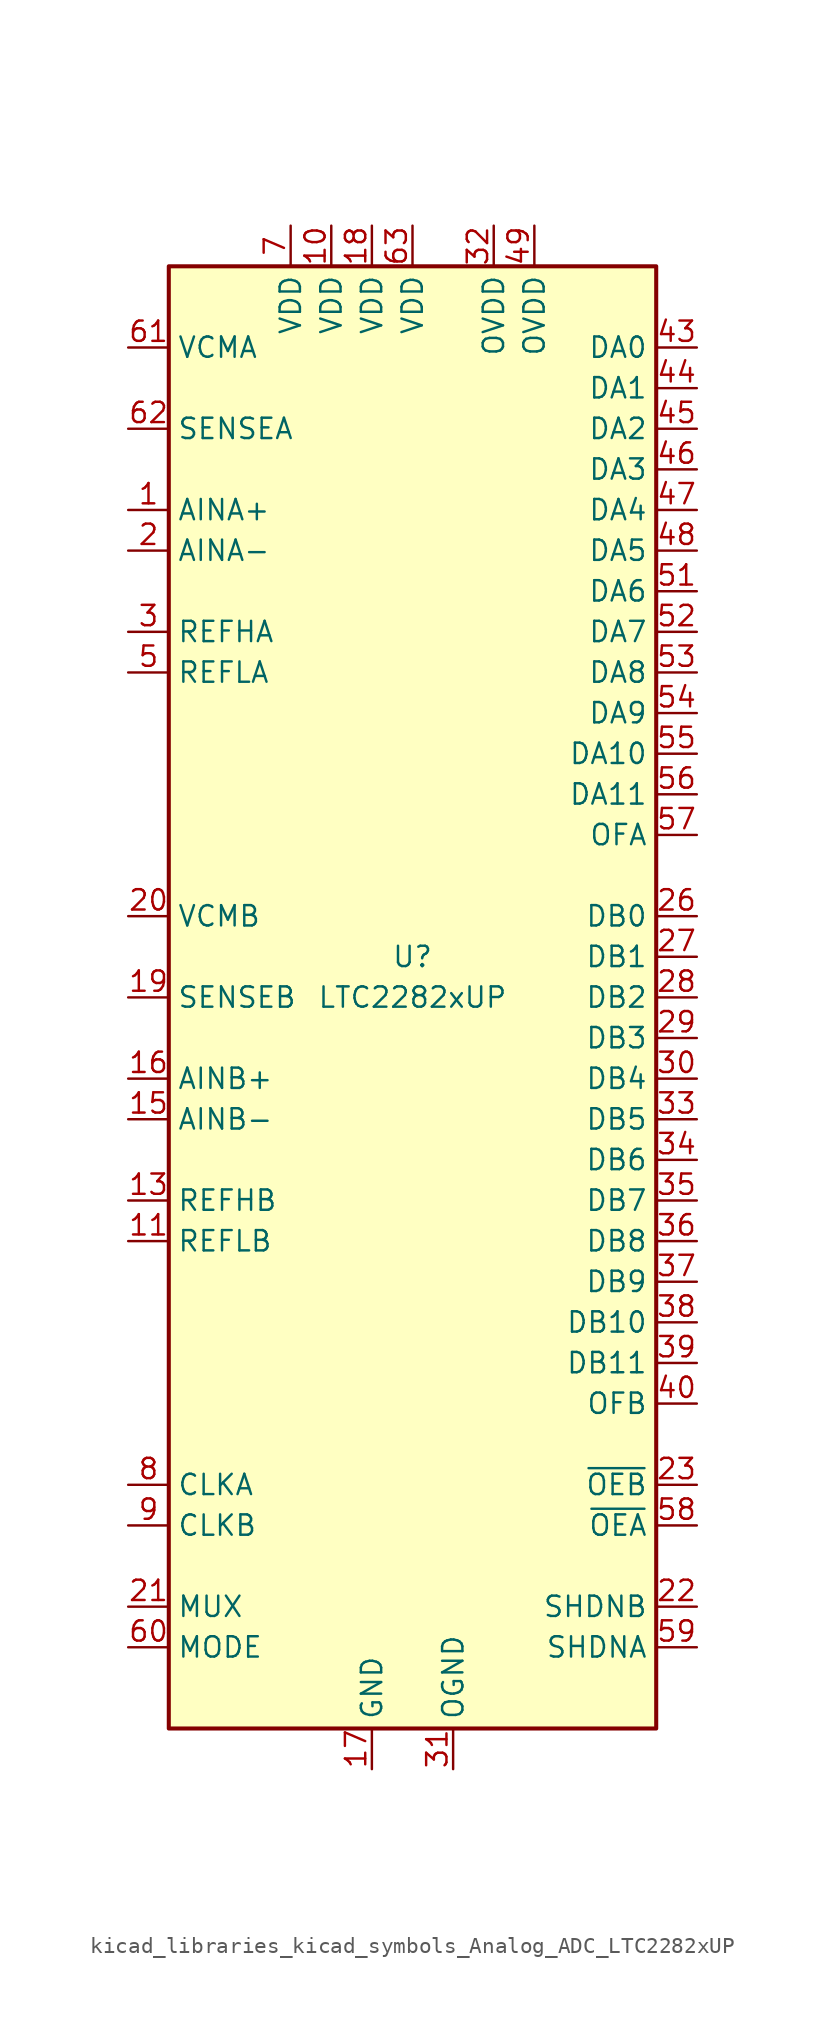
<source format=kicad_sym>
(kicad_symbol_lib
  (version 20220914)
  (generator kicad_symbol_editor)
  (symbol "kicad_libraries_kicad_symbols_Analog_ADC_LTC2282xUP"
    (property "Reference" "U"
      (at 0 2.54 0)
      (effects (font (size 1.27 1.27))))
    (property "Value" "LTC2282xUP"
      (at 0 0 0)
      (effects (font (size 1.27 1.27))))
    (symbol "kicad_libraries_kicad_symbols_Analog_ADC_LTC2282xUP_0_1"
      (rectangle (start -15.24 45.72) (end 15.24 -45.72) (stroke (width 0.254) (type default)) (fill (type background))))
    (symbol "kicad_libraries_kicad_symbols_Analog_ADC_LTC2282xUP_1_1"
      (pin input line (at -17.78 30.48 0) (length 2.54) (name "AINA+" (effects (font (size 1.27 1.27)))) (number "1" (effects (font (size 1.27 1.27)))))
      (pin power_in line (at -5.08 48.26 270) (length 2.54) (name "VDD" (effects (font (size 1.27 1.27)))) (number "10" (effects (font (size 1.27 1.27)))))
      (pin input line (at -17.78 -15.24 0) (length 2.54) (name "REFLB" (effects (font (size 1.27 1.27)))) (number "11" (effects (font (size 1.27 1.27)))))
      (pin input line (at -17.78 -15.24 0) (length 2.54) hide (name "REFLB" (effects (font (size 1.27 1.27)))) (number "12" (effects (font (size 1.27 1.27)))))
      (pin input line (at -17.78 -12.7 0) (length 2.54) (name "REFHB" (effects (font (size 1.27 1.27)))) (number "13" (effects (font (size 1.27 1.27)))))
      (pin input line (at -17.78 -12.7 0) (length 2.54) hide (name "REFHB" (effects (font (size 1.27 1.27)))) (number "14" (effects (font (size 1.27 1.27)))))
      (pin input line (at -17.78 -7.62 0) (length 2.54) (name "AINB-" (effects (font (size 1.27 1.27)))) (number "15" (effects (font (size 1.27 1.27)))))
      (pin input line (at -17.78 -5.08 0) (length 2.54) (name "AINB+" (effects (font (size 1.27 1.27)))) (number "16" (effects (font (size 1.27 1.27)))))
      (pin power_in line (at -2.54 -48.26 90) (length 2.54) (name "GND" (effects (font (size 1.27 1.27)))) (number "17" (effects (font (size 1.27 1.27)))))
      (pin power_in line (at -2.54 48.26 270) (length 2.54) (name "VDD" (effects (font (size 1.27 1.27)))) (number "18" (effects (font (size 1.27 1.27)))))
      (pin input line (at -17.78 0 0) (length 2.54) (name "SENSEB" (effects (font (size 1.27 1.27)))) (number "19" (effects (font (size 1.27 1.27)))))
      (pin input line (at -17.78 27.94 0) (length 2.54) (name "AINA-" (effects (font (size 1.27 1.27)))) (number "2" (effects (font (size 1.27 1.27)))))
      (pin passive line (at -17.78 5.08 0) (length 2.54) (name "VCMB" (effects (font (size 1.27 1.27)))) (number "20" (effects (font (size 1.27 1.27)))))
      (pin input line (at -17.78 -38.1 0) (length 2.54) (name "MUX" (effects (font (size 1.27 1.27)))) (number "21" (effects (font (size 1.27 1.27)))))
      (pin input line (at 17.78 -38.1 180) (length 2.54) (name "SHDNB" (effects (font (size 1.27 1.27)))) (number "22" (effects (font (size 1.27 1.27)))))
      (pin input line (at 17.78 -30.48 180) (length 2.54) (name "~{OEB}" (effects (font (size 1.27 1.27)))) (number "23" (effects (font (size 1.27 1.27)))))
      (pin no_connect line (at -15.24 -20.32 0) (length 2.54) hide (name "NC" (effects (font (size 1.27 1.27)))) (number "24" (effects (font (size 1.27 1.27)))))
      (pin no_connect line (at -15.24 -22.86 0) (length 2.54) hide (name "NC" (effects (font (size 1.27 1.27)))) (number "25" (effects (font (size 1.27 1.27)))))
      (pin output line (at 17.78 5.08 180) (length 2.54) (name "DB0" (effects (font (size 1.27 1.27)))) (number "26" (effects (font (size 1.27 1.27)))))
      (pin output line (at 17.78 2.54 180) (length 2.54) (name "DB1" (effects (font (size 1.27 1.27)))) (number "27" (effects (font (size 1.27 1.27)))))
      (pin output line (at 17.78 0 180) (length 2.54) (name "DB2" (effects (font (size 1.27 1.27)))) (number "28" (effects (font (size 1.27 1.27)))))
      (pin output line (at 17.78 -2.54 180) (length 2.54) (name "DB3" (effects (font (size 1.27 1.27)))) (number "29" (effects (font (size 1.27 1.27)))))
      (pin input line (at -17.78 22.86 0) (length 2.54) (name "REFHA" (effects (font (size 1.27 1.27)))) (number "3" (effects (font (size 1.27 1.27)))))
      (pin output line (at 17.78 -5.08 180) (length 2.54) (name "DB4" (effects (font (size 1.27 1.27)))) (number "30" (effects (font (size 1.27 1.27)))))
      (pin power_in line (at 2.54 -48.26 90) (length 2.54) (name "OGND" (effects (font (size 1.27 1.27)))) (number "31" (effects (font (size 1.27 1.27)))))
      (pin power_in line (at 5.08 48.26 270) (length 2.54) (name "OVDD" (effects (font (size 1.27 1.27)))) (number "32" (effects (font (size 1.27 1.27)))))
      (pin output line (at 17.78 -7.62 180) (length 2.54) (name "DB5" (effects (font (size 1.27 1.27)))) (number "33" (effects (font (size 1.27 1.27)))))
      (pin output line (at 17.78 -10.16 180) (length 2.54) (name "DB6" (effects (font (size 1.27 1.27)))) (number "34" (effects (font (size 1.27 1.27)))))
      (pin output line (at 17.78 -12.7 180) (length 2.54) (name "DB7" (effects (font (size 1.27 1.27)))) (number "35" (effects (font (size 1.27 1.27)))))
      (pin output line (at 17.78 -15.24 180) (length 2.54) (name "DB8" (effects (font (size 1.27 1.27)))) (number "36" (effects (font (size 1.27 1.27)))))
      (pin output line (at 17.78 -17.78 180) (length 2.54) (name "DB9" (effects (font (size 1.27 1.27)))) (number "37" (effects (font (size 1.27 1.27)))))
      (pin output line (at 17.78 -20.32 180) (length 2.54) (name "DB10" (effects (font (size 1.27 1.27)))) (number "38" (effects (font (size 1.27 1.27)))))
      (pin output line (at 17.78 -22.86 180) (length 2.54) (name "DB11" (effects (font (size 1.27 1.27)))) (number "39" (effects (font (size 1.27 1.27)))))
      (pin input line (at -17.78 22.86 0) (length 2.54) hide (name "REFHA" (effects (font (size 1.27 1.27)))) (number "4" (effects (font (size 1.27 1.27)))))
      (pin output line (at 17.78 -25.4 180) (length 2.54) (name "OFB" (effects (font (size 1.27 1.27)))) (number "40" (effects (font (size 1.27 1.27)))))
      (pin no_connect line (at -15.24 -25.4 0) (length 2.54) hide (name "NC" (effects (font (size 1.27 1.27)))) (number "41" (effects (font (size 1.27 1.27)))))
      (pin no_connect line (at -15.24 -27.94 0) (length 2.54) hide (name "NC" (effects (font (size 1.27 1.27)))) (number "42" (effects (font (size 1.27 1.27)))))
      (pin output line (at 17.78 40.64 180) (length 2.54) (name "DA0" (effects (font (size 1.27 1.27)))) (number "43" (effects (font (size 1.27 1.27)))))
      (pin output line (at 17.78 38.1 180) (length 2.54) (name "DA1" (effects (font (size 1.27 1.27)))) (number "44" (effects (font (size 1.27 1.27)))))
      (pin output line (at 17.78 35.56 180) (length 2.54) (name "DA2" (effects (font (size 1.27 1.27)))) (number "45" (effects (font (size 1.27 1.27)))))
      (pin output line (at 17.78 33.02 180) (length 2.54) (name "DA3" (effects (font (size 1.27 1.27)))) (number "46" (effects (font (size 1.27 1.27)))))
      (pin output line (at 17.78 30.48 180) (length 2.54) (name "DA4" (effects (font (size 1.27 1.27)))) (number "47" (effects (font (size 1.27 1.27)))))
      (pin output line (at 17.78 27.94 180) (length 2.54) (name "DA5" (effects (font (size 1.27 1.27)))) (number "48" (effects (font (size 1.27 1.27)))))
      (pin power_in line (at 7.62 48.26 270) (length 2.54) (name "OVDD" (effects (font (size 1.27 1.27)))) (number "49" (effects (font (size 1.27 1.27)))))
      (pin input line (at -17.78 20.32 0) (length 2.54) (name "REFLA" (effects (font (size 1.27 1.27)))) (number "5" (effects (font (size 1.27 1.27)))))
      (pin passive line (at 2.54 -48.26 90) (length 2.54) hide (name "OGND" (effects (font (size 1.27 1.27)))) (number "50" (effects (font (size 1.27 1.27)))))
      (pin output line (at 17.78 25.4 180) (length 2.54) (name "DA6" (effects (font (size 1.27 1.27)))) (number "51" (effects (font (size 1.27 1.27)))))
      (pin output line (at 17.78 22.86 180) (length 2.54) (name "DA7" (effects (font (size 1.27 1.27)))) (number "52" (effects (font (size 1.27 1.27)))))
      (pin output line (at 17.78 20.32 180) (length 2.54) (name "DA8" (effects (font (size 1.27 1.27)))) (number "53" (effects (font (size 1.27 1.27)))))
      (pin output line (at 17.78 17.78 180) (length 2.54) (name "DA9" (effects (font (size 1.27 1.27)))) (number "54" (effects (font (size 1.27 1.27)))))
      (pin output line (at 17.78 15.24 180) (length 2.54) (name "DA10" (effects (font (size 1.27 1.27)))) (number "55" (effects (font (size 1.27 1.27)))))
      (pin output line (at 17.78 12.7 180) (length 2.54) (name "DA11" (effects (font (size 1.27 1.27)))) (number "56" (effects (font (size 1.27 1.27)))))
      (pin output line (at 17.78 10.16 180) (length 2.54) (name "OFA" (effects (font (size 1.27 1.27)))) (number "57" (effects (font (size 1.27 1.27)))))
      (pin input line (at 17.78 -33.02 180) (length 2.54) (name "~{OEA}" (effects (font (size 1.27 1.27)))) (number "58" (effects (font (size 1.27 1.27)))))
      (pin input line (at 17.78 -40.64 180) (length 2.54) (name "SHDNA" (effects (font (size 1.27 1.27)))) (number "59" (effects (font (size 1.27 1.27)))))
      (pin input line (at -17.78 20.32 0) (length 2.54) hide (name "REFLA" (effects (font (size 1.27 1.27)))) (number "6" (effects (font (size 1.27 1.27)))))
      (pin input line (at -17.78 -40.64 0) (length 2.54) (name "MODE" (effects (font (size 1.27 1.27)))) (number "60" (effects (font (size 1.27 1.27)))))
      (pin passive line (at -17.78 40.64 0) (length 2.54) (name "VCMA" (effects (font (size 1.27 1.27)))) (number "61" (effects (font (size 1.27 1.27)))))
      (pin input line (at -17.78 35.56 0) (length 2.54) (name "SENSEA" (effects (font (size 1.27 1.27)))) (number "62" (effects (font (size 1.27 1.27)))))
      (pin power_in line (at 0 48.26 270) (length 2.54) (name "VDD" (effects (font (size 1.27 1.27)))) (number "63" (effects (font (size 1.27 1.27)))))
      (pin passive line (at -2.54 -48.26 90) (length 2.54) hide (name "GND" (effects (font (size 1.27 1.27)))) (number "64" (effects (font (size 1.27 1.27)))))
      (pin passive line (at -2.54 -48.26 90) (length 2.54) hide (name "GND" (effects (font (size 1.27 1.27)))) (number "65" (effects (font (size 1.27 1.27)))))
      (pin power_in line (at -7.62 48.26 270) (length 2.54) (name "VDD" (effects (font (size 1.27 1.27)))) (number "7" (effects (font (size 1.27 1.27)))))
      (pin input line (at -17.78 -30.48 0) (length 2.54) (name "CLKA" (effects (font (size 1.27 1.27)))) (number "8" (effects (font (size 1.27 1.27)))))
      (pin input line (at -17.78 -33.02 0) (length 2.54) (name "CLKB" (effects (font (size 1.27 1.27)))) (number "9" (effects (font (size 1.27 1.27))))))))
</source>
